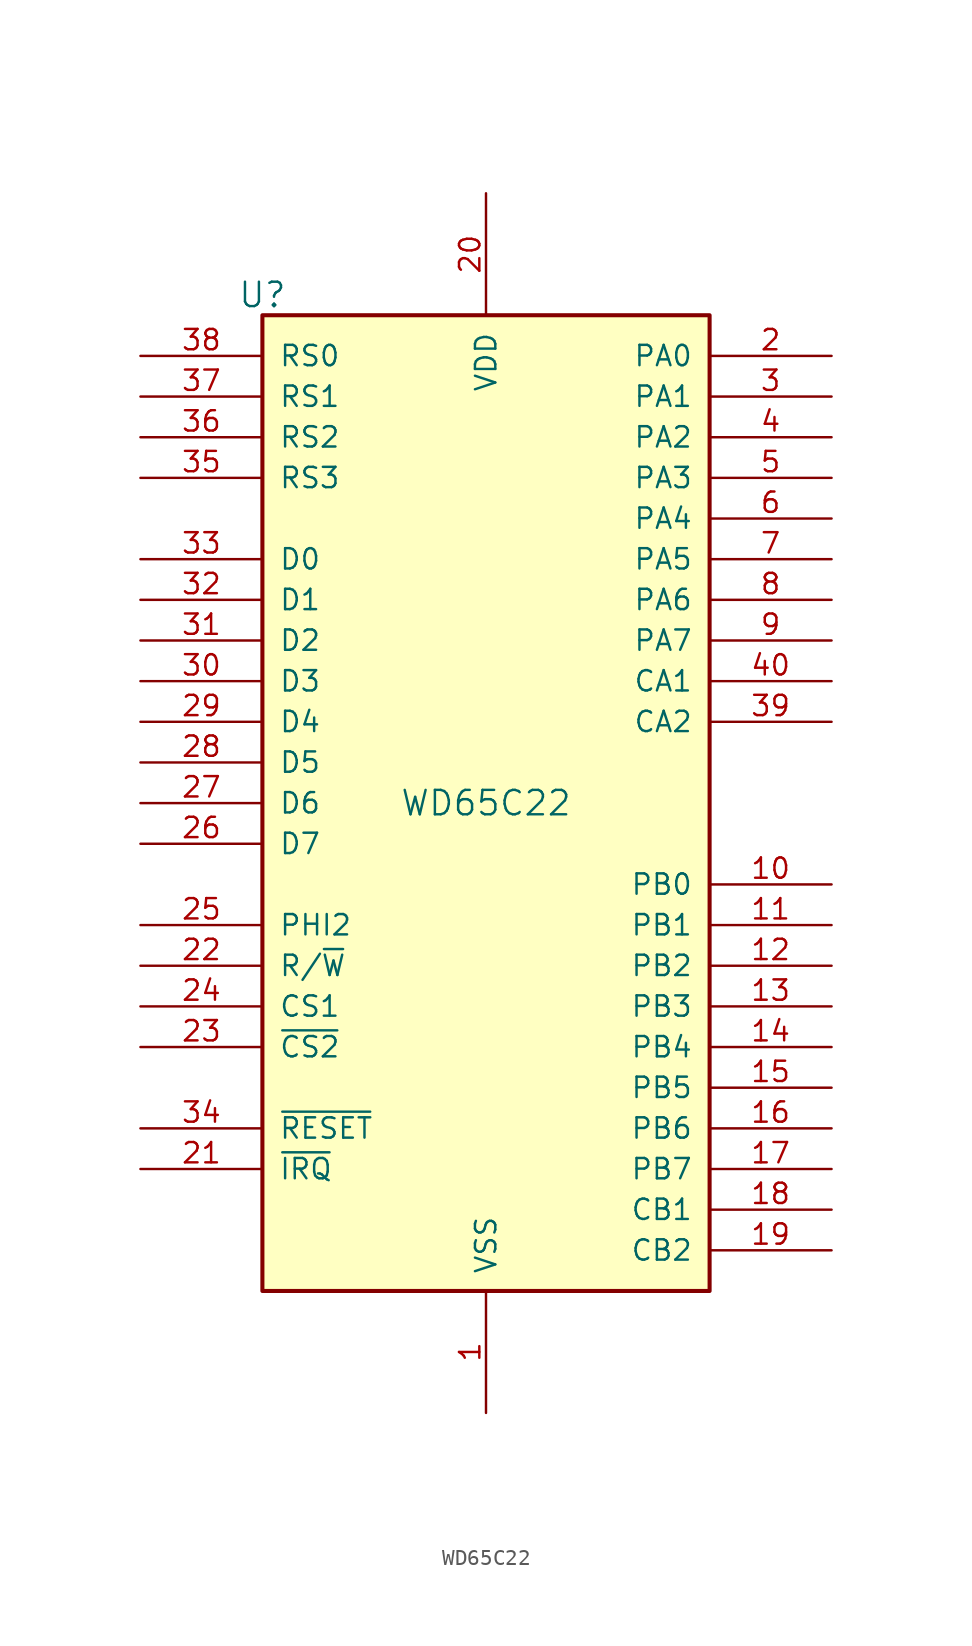
<source format=kicad_sym>
(kicad_symbol_lib
  (version 20211014)
  (generator kicad_symbol_editor)
  (symbol "WD65C22"
    (pin_names
      (offset 1.016))
    (property "Reference" "U"
      (at -13.97 29.21 0)
      (effects (font (size 1.524 1.524))))
    (property "Value" "WD65C22"
      (at 0 -2.54 0)
      (effects (font (size 1.524 1.524))))
    (symbol "WD65C22_0_1"
      (rectangle (start -13.97 27.94) (end 13.97 -33.02) (stroke (width 0.254) (type default) (color 0 0 0 0)) (fill (type background))))
    (symbol "WD65C22_1_1"
      (pin power_in line (at 0 -40.64 90) (length 7.62) (name "VSS" (effects (font (size 1.27 1.27)))) (number "1" (effects (font (size 1.27 1.27)))))
      (pin bidirectional line (at 21.59 -7.62 180) (length 7.62) (name "PB0" (effects (font (size 1.27 1.27)))) (number "10" (effects (font (size 1.27 1.27)))))
      (pin bidirectional line (at 21.59 -10.16 180) (length 7.62) (name "PB1" (effects (font (size 1.27 1.27)))) (number "11" (effects (font (size 1.27 1.27)))))
      (pin bidirectional line (at 21.59 -12.7 180) (length 7.62) (name "PB2" (effects (font (size 1.27 1.27)))) (number "12" (effects (font (size 1.27 1.27)))))
      (pin bidirectional line (at 21.59 -15.24 180) (length 7.62) (name "PB3" (effects (font (size 1.27 1.27)))) (number "13" (effects (font (size 1.27 1.27)))))
      (pin bidirectional line (at 21.59 -17.78 180) (length 7.62) (name "PB4" (effects (font (size 1.27 1.27)))) (number "14" (effects (font (size 1.27 1.27)))))
      (pin bidirectional line (at 21.59 -20.32 180) (length 7.62) (name "PB5" (effects (font (size 1.27 1.27)))) (number "15" (effects (font (size 1.27 1.27)))))
      (pin bidirectional line (at 21.59 -22.86 180) (length 7.62) (name "PB6" (effects (font (size 1.27 1.27)))) (number "16" (effects (font (size 1.27 1.27)))))
      (pin bidirectional line (at 21.59 -25.4 180) (length 7.62) (name "PB7" (effects (font (size 1.27 1.27)))) (number "17" (effects (font (size 1.27 1.27)))))
      (pin input line (at 21.59 -27.94 180) (length 7.62) (name "CB1" (effects (font (size 1.27 1.27)))) (number "18" (effects (font (size 1.27 1.27)))))
      (pin bidirectional line (at 21.59 -30.48 180) (length 7.62) (name "CB2" (effects (font (size 1.27 1.27)))) (number "19" (effects (font (size 1.27 1.27)))))
      (pin bidirectional line (at 21.59 25.4 180) (length 7.62) (name "PA0" (effects (font (size 1.27 1.27)))) (number "2" (effects (font (size 1.27 1.27)))))
      (pin power_in line (at 0 35.56 270) (length 7.62) (name "VDD" (effects (font (size 1.27 1.27)))) (number "20" (effects (font (size 1.27 1.27)))))
      (pin output line (at -21.59 -25.4 0) (length 7.62) (name "~{IRQ}" (effects (font (size 1.27 1.27)))) (number "21" (effects (font (size 1.27 1.27)))))
      (pin input line (at -21.59 -12.7 0) (length 7.62) (name "R/~{W}" (effects (font (size 1.27 1.27)))) (number "22" (effects (font (size 1.27 1.27)))))
      (pin input line (at -21.59 -17.78 0) (length 7.62) (name "~{CS2}" (effects (font (size 1.27 1.27)))) (number "23" (effects (font (size 1.27 1.27)))))
      (pin input line (at -21.59 -15.24 0) (length 7.62) (name "CS1" (effects (font (size 1.27 1.27)))) (number "24" (effects (font (size 1.27 1.27)))))
      (pin input line (at -21.59 -10.16 0) (length 7.62) (name "PHI2" (effects (font (size 1.27 1.27)))) (number "25" (effects (font (size 1.27 1.27)))))
      (pin tri_state line (at -21.59 -5.08 0) (length 7.62) (name "D7" (effects (font (size 1.27 1.27)))) (number "26" (effects (font (size 1.27 1.27)))))
      (pin tri_state line (at -21.59 -2.54 0) (length 7.62) (name "D6" (effects (font (size 1.27 1.27)))) (number "27" (effects (font (size 1.27 1.27)))))
      (pin tri_state line (at -21.59 0 0) (length 7.62) (name "D5" (effects (font (size 1.27 1.27)))) (number "28" (effects (font (size 1.27 1.27)))))
      (pin tri_state line (at -21.59 2.54 0) (length 7.62) (name "D4" (effects (font (size 1.27 1.27)))) (number "29" (effects (font (size 1.27 1.27)))))
      (pin bidirectional line (at 21.59 22.86 180) (length 7.62) (name "PA1" (effects (font (size 1.27 1.27)))) (number "3" (effects (font (size 1.27 1.27)))))
      (pin tri_state line (at -21.59 5.08 0) (length 7.62) (name "D3" (effects (font (size 1.27 1.27)))) (number "30" (effects (font (size 1.27 1.27)))))
      (pin tri_state line (at -21.59 7.62 0) (length 7.62) (name "D2" (effects (font (size 1.27 1.27)))) (number "31" (effects (font (size 1.27 1.27)))))
      (pin tri_state line (at -21.59 10.16 0) (length 7.62) (name "D1" (effects (font (size 1.27 1.27)))) (number "32" (effects (font (size 1.27 1.27)))))
      (pin tri_state line (at -21.59 12.7 0) (length 7.62) (name "D0" (effects (font (size 1.27 1.27)))) (number "33" (effects (font (size 1.27 1.27)))))
      (pin input line (at -21.59 -22.86 0) (length 7.62) (name "~{RESET}" (effects (font (size 1.27 1.27)))) (number "34" (effects (font (size 1.27 1.27)))))
      (pin input line (at -21.59 17.78 0) (length 7.62) (name "RS3" (effects (font (size 1.27 1.27)))) (number "35" (effects (font (size 1.27 1.27)))))
      (pin input line (at -21.59 20.32 0) (length 7.62) (name "RS2" (effects (font (size 1.27 1.27)))) (number "36" (effects (font (size 1.27 1.27)))))
      (pin input line (at -21.59 22.86 0) (length 7.62) (name "RS1" (effects (font (size 1.27 1.27)))) (number "37" (effects (font (size 1.27 1.27)))))
      (pin input line (at -21.59 25.4 0) (length 7.62) (name "RS0" (effects (font (size 1.27 1.27)))) (number "38" (effects (font (size 1.27 1.27)))))
      (pin bidirectional line (at 21.59 2.54 180) (length 7.62) (name "CA2" (effects (font (size 1.27 1.27)))) (number "39" (effects (font (size 1.27 1.27)))))
      (pin bidirectional line (at 21.59 20.32 180) (length 7.62) (name "PA2" (effects (font (size 1.27 1.27)))) (number "4" (effects (font (size 1.27 1.27)))))
      (pin input line (at 21.59 5.08 180) (length 7.62) (name "CA1" (effects (font (size 1.27 1.27)))) (number "40" (effects (font (size 1.27 1.27)))))
      (pin bidirectional line (at 21.59 17.78 180) (length 7.62) (name "PA3" (effects (font (size 1.27 1.27)))) (number "5" (effects (font (size 1.27 1.27)))))
      (pin bidirectional line (at 21.59 15.24 180) (length 7.62) (name "PA4" (effects (font (size 1.27 1.27)))) (number "6" (effects (font (size 1.27 1.27)))))
      (pin bidirectional line (at 21.59 12.7 180) (length 7.62) (name "PA5" (effects (font (size 1.27 1.27)))) (number "7" (effects (font (size 1.27 1.27)))))
      (pin bidirectional line (at 21.59 10.16 180) (length 7.62) (name "PA6" (effects (font (size 1.27 1.27)))) (number "8" (effects (font (size 1.27 1.27)))))
      (pin bidirectional line (at 21.59 7.62 180) (length 7.62) (name "PA7" (effects (font (size 1.27 1.27)))) (number "9" (effects (font (size 1.27 1.27))))))))
</source>
